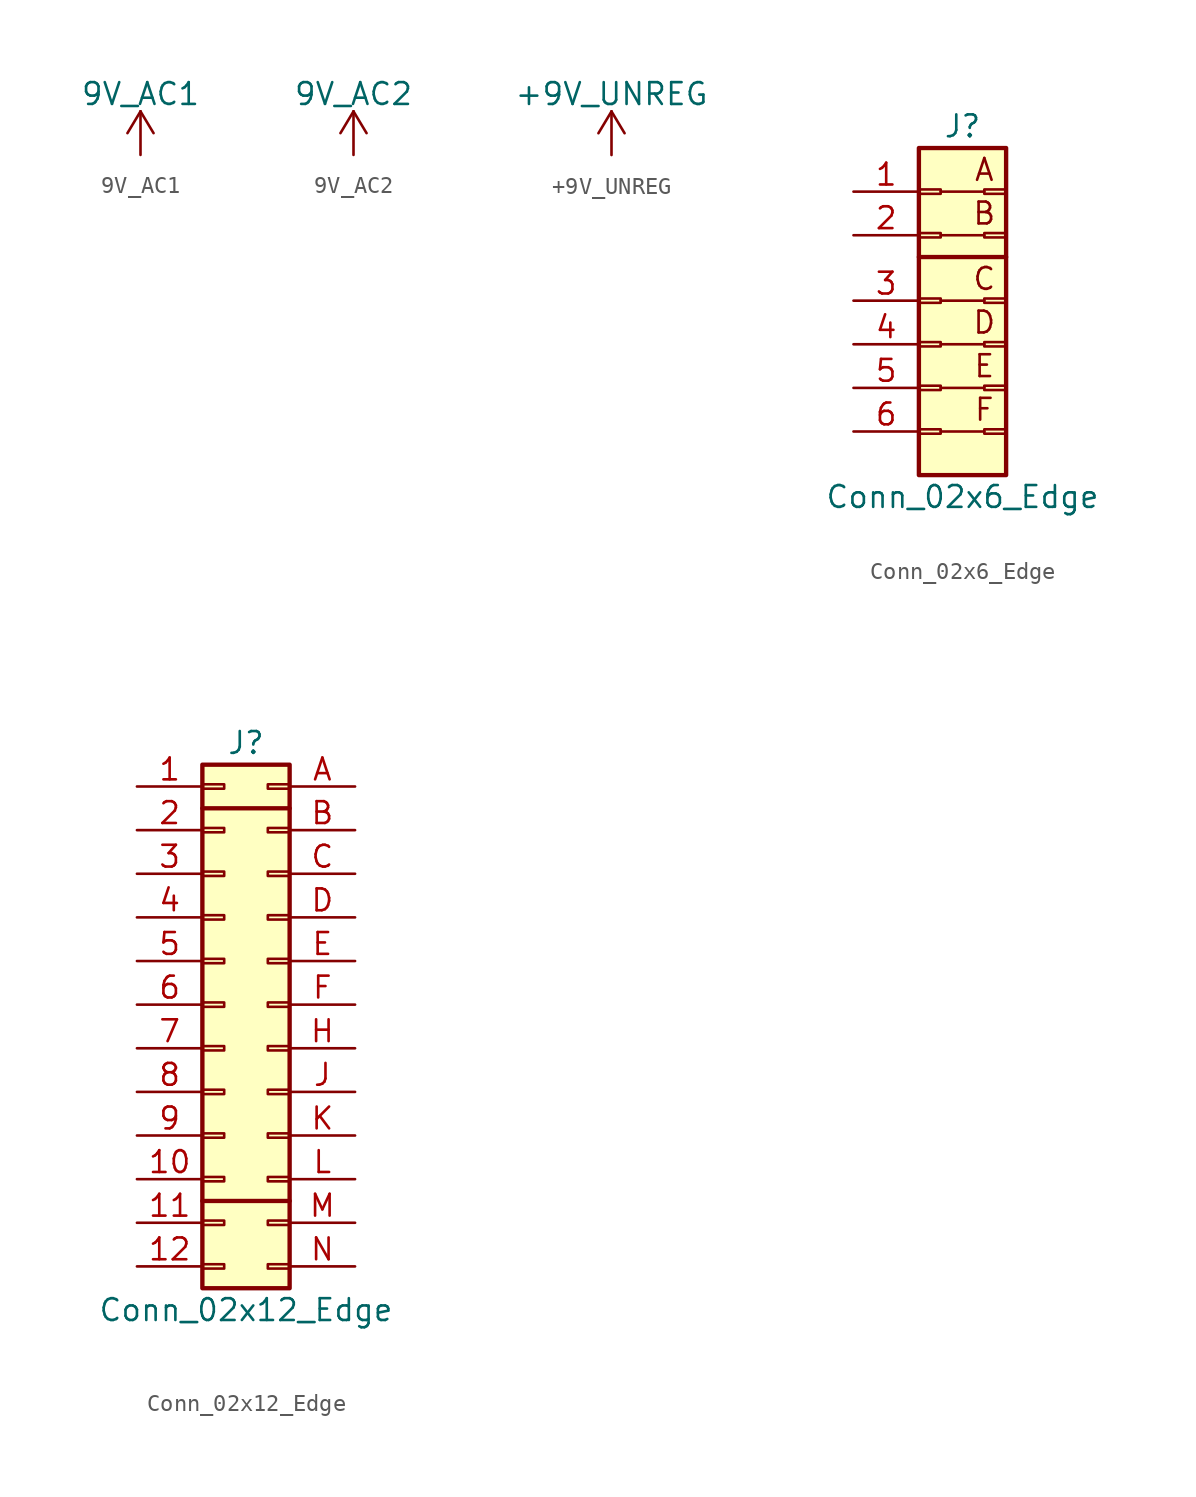
<source format=kicad_sym>
(kicad_symbol_lib
  (version 20220914)
  (generator kicad_symbol_editor)
  (symbol "9V_AC1"
    (power)
    (pin_names
      (offset 0))
    (property "Reference" "#PWR"
      (at 0 -3.81 0)
      (effects (font (size 1.27 1.27)) hide))
    (property "Value" "9V_AC1"
      (at 0 3.556 0)
      (effects (font (size 1.27 1.27))))
    (symbol "9V_AC1_0_1"
      (polyline (pts (xy -0.762 1.27) (xy 0 2.54)) (stroke (width 0) (type solid)) (fill (type none)))
      (polyline (pts (xy 0 0) (xy 0 2.54)) (stroke (width 0) (type solid)) (fill (type none)))
      (polyline (pts (xy 0 2.54) (xy 0.762 1.27)) (stroke (width 0) (type solid)) (fill (type none))))
    (symbol "9V_AC1_1_1"
      (pin power_in line (at 0 0 90) (length 0) hide (name "9V_AC1" (effects (font (size 1.27 1.27)))) (number "1" (effects (font (size 1.27 1.27)))))))
  (symbol "9V_AC2"
    (power)
    (pin_names
      (offset 0))
    (property "Reference" "#PWR"
      (at 0 -3.81 0)
      (effects (font (size 1.27 1.27)) hide))
    (property "Value" "9V_AC2"
      (at 0 3.556 0)
      (effects (font (size 1.27 1.27))))
    (symbol "9V_AC2_0_1"
      (polyline (pts (xy -0.762 1.27) (xy 0 2.54)) (stroke (width 0) (type solid)) (fill (type none)))
      (polyline (pts (xy 0 0) (xy 0 2.54)) (stroke (width 0) (type solid)) (fill (type none)))
      (polyline (pts (xy 0 2.54) (xy 0.762 1.27)) (stroke (width 0) (type solid)) (fill (type none))))
    (symbol "9V_AC2_1_1"
      (pin power_in line (at 0 0 90) (length 0) hide (name "9V_AC2" (effects (font (size 1.27 1.27)))) (number "1" (effects (font (size 1.27 1.27)))))))
  (symbol "+9V_UNREG"
    (power)
    (pin_names
      (offset 0))
    (property "Reference" "#PWR"
      (at 0 -3.81 0)
      (effects (font (size 1.27 1.27)) hide))
    (property "Value" "+9V_UNREG"
      (at 0 3.556 0)
      (effects (font (size 1.27 1.27))))
    (symbol "+9V_UNREG_0_1"
      (polyline (pts (xy -0.762 1.27) (xy 0 2.54)) (stroke (width 0) (type solid)) (fill (type none)))
      (polyline (pts (xy 0 0) (xy 0 2.54)) (stroke (width 0) (type solid)) (fill (type none)))
      (polyline (pts (xy 0 2.54) (xy 0.762 1.27)) (stroke (width 0) (type solid)) (fill (type none))))
    (symbol "+9V_UNREG_1_1"
      (pin power_in line (at 0 0 90) (length 0) hide (name "+9V_UNREG" (effects (font (size 1.27 1.27)))) (number "1" (effects (font (size 1.27 1.27)))))))
  (symbol "Conn_02x6_Edge"
    (pin_names
      (offset 1.016) hide)
    (property "Reference" "J"
      (at 0 11.43 0)
      (effects (font (size 1.27 1.27))))
    (property "Value" "Conn_02x6_Edge"
      (at 0 -10.16 0)
      (effects (font (size 1.27 1.27))))
    (symbol "Conn_02x6_Edge_0_0"
      (polyline (pts (xy -2.54 3.81) (xy 2.54 3.81)) (stroke (width 0.254) (type solid)) (fill (type none)))
      (polyline (pts (xy -1.27 -6.35) (xy 1.27 -6.35)) (stroke (width 0) (type solid)) (fill (type none)))
      (polyline (pts (xy -1.27 -3.81) (xy 1.27 -3.81)) (stroke (width 0) (type solid)) (fill (type none)))
      (polyline (pts (xy -1.27 -1.27) (xy 1.27 -1.27)) (stroke (width 0) (type solid)) (fill (type none)))
      (text "A" (at 1.27 8.89 0) (effects (font (size 1.27 1.27))))
      (text "B" (at 1.27 6.35 0) (effects (font (size 1.27 1.27))))
      (text "C" (at 1.27 2.54 0) (effects (font (size 1.27 1.27))))
      (text "D" (at 1.27 0 0) (effects (font (size 1.27 1.27))))
      (text "E" (at 1.27 -2.54 0) (effects (font (size 1.27 1.27))))
      (text "F" (at 1.27 -5.08 0) (effects (font (size 1.27 1.27)))))
    (symbol "Conn_02x6_Edge_0_1"
      (polyline (pts (xy -1.27 1.27) (xy 1.27 1.27)) (stroke (width 0) (type solid)) (fill (type none)))
      (polyline (pts (xy -1.27 5.08) (xy 1.27 5.08)) (stroke (width 0) (type solid)) (fill (type none)))
      (polyline (pts (xy -1.27 7.62) (xy 1.27 7.62)) (stroke (width 0) (type solid)) (fill (type none))))
    (symbol "Conn_02x6_Edge_1_1"
      (rectangle (start -2.54 -6.223) (end -1.27 -6.477) (stroke (width 0.152) (type solid)) (fill (type none)))
      (rectangle (start -2.54 -3.683) (end -1.27 -3.937) (stroke (width 0.152) (type solid)) (fill (type none)))
      (rectangle (start -2.54 -1.143) (end -1.27 -1.397) (stroke (width 0.152) (type solid)) (fill (type none)))
      (rectangle (start -2.54 1.397) (end -1.27 1.143) (stroke (width 0.152) (type solid)) (fill (type none)))
      (rectangle (start -2.54 5.207) (end -1.27 4.953) (stroke (width 0.152) (type solid)) (fill (type none)))
      (rectangle (start -2.54 7.747) (end -1.27 7.493) (stroke (width 0.152) (type solid)) (fill (type none)))
      (rectangle (start -2.54 10.16) (end 2.54 -8.89) (stroke (width 0.254) (type solid)) (fill (type background)))
      (rectangle (start 2.54 -6.223) (end 1.27 -6.477) (stroke (width 0.152) (type solid)) (fill (type none)))
      (rectangle (start 2.54 -3.683) (end 1.27 -3.937) (stroke (width 0.152) (type solid)) (fill (type none)))
      (rectangle (start 2.54 -1.143) (end 1.27 -1.397) (stroke (width 0.152) (type solid)) (fill (type none)))
      (rectangle (start 2.54 1.397) (end 1.27 1.143) (stroke (width 0.152) (type solid)) (fill (type none)))
      (rectangle (start 2.54 5.207) (end 1.27 4.953) (stroke (width 0.152) (type solid)) (fill (type none)))
      (rectangle (start 2.54 7.747) (end 1.27 7.493) (stroke (width 0.152) (type solid)) (fill (type none)))
      (pin passive line (at -6.35 7.62 0) (length 3.81) (name "Pin_1" (effects (font (size 1.27 1.27)))) (number "1" (effects (font (size 1.27 1.27)))))
      (pin passive line (at -6.35 5.08 0) (length 3.81) (name "Pin_2" (effects (font (size 1.27 1.27)))) (number "2" (effects (font (size 1.27 1.27)))))
      (pin passive line (at -6.35 1.27 0) (length 3.81) (name "Pin_3" (effects (font (size 1.27 1.27)))) (number "3" (effects (font (size 1.27 1.27)))))
      (pin passive line (at -6.35 -1.27 0) (length 3.81) (name "Pin_4" (effects (font (size 1.27 1.27)))) (number "4" (effects (font (size 1.27 1.27)))))
      (pin passive line (at -6.35 -3.81 0) (length 3.81) (name "Pin_5" (effects (font (size 1.27 1.27)))) (number "5" (effects (font (size 1.27 1.27)))))
      (pin passive line (at -6.35 -6.35 0) (length 3.81) (name "Pin_6" (effects (font (size 1.27 1.27)))) (number "6" (effects (font (size 1.27 1.27)))))))
  (symbol "Conn_02x12_Edge"
    (pin_names
      (offset 1.016) hide)
    (property "Reference" "J"
      (at 0 16.51 0)
      (effects (font (size 1.27 1.27))))
    (property "Value" "Conn_02x12_Edge"
      (at 0 -16.51 0)
      (effects (font (size 1.27 1.27))))
    (symbol "Conn_02x12_Edge_0_1"
      (polyline (pts (xy -2.54 -10.16) (xy 2.54 -10.16)) (stroke (width 0.254) (type solid)) (fill (type none)))
      (polyline (pts (xy -2.54 12.7) (xy 2.54 12.7)) (stroke (width 0.254) (type solid)) (fill (type none))))
    (symbol "Conn_02x12_Edge_1_1"
      (rectangle (start -2.54 -13.843) (end -1.27 -14.097) (stroke (width 0.152) (type solid)) (fill (type none)))
      (rectangle (start -2.54 -11.303) (end -1.27 -11.557) (stroke (width 0.152) (type solid)) (fill (type none)))
      (rectangle (start -2.54 -8.763) (end -1.27 -9.017) (stroke (width 0.152) (type solid)) (fill (type none)))
      (rectangle (start -2.54 -6.223) (end -1.27 -6.477) (stroke (width 0.152) (type solid)) (fill (type none)))
      (rectangle (start -2.54 -3.683) (end -1.27 -3.937) (stroke (width 0.152) (type solid)) (fill (type none)))
      (rectangle (start -2.54 -1.143) (end -1.27 -1.397) (stroke (width 0.152) (type solid)) (fill (type none)))
      (rectangle (start -2.54 1.397) (end -1.27 1.143) (stroke (width 0.152) (type solid)) (fill (type none)))
      (rectangle (start -2.54 3.937) (end -1.27 3.683) (stroke (width 0.152) (type solid)) (fill (type none)))
      (rectangle (start -2.54 6.477) (end -1.27 6.223) (stroke (width 0.152) (type solid)) (fill (type none)))
      (rectangle (start -2.54 9.017) (end -1.27 8.763) (stroke (width 0.152) (type solid)) (fill (type none)))
      (rectangle (start -2.54 11.557) (end -1.27 11.303) (stroke (width 0.152) (type solid)) (fill (type none)))
      (rectangle (start -2.54 14.097) (end -1.27 13.843) (stroke (width 0.152) (type solid)) (fill (type none)))
      (rectangle (start -2.54 15.24) (end 2.54 -15.24) (stroke (width 0.254) (type solid)) (fill (type background)))
      (rectangle (start 2.54 -13.843) (end 1.27 -14.097) (stroke (width 0.152) (type solid)) (fill (type none)))
      (rectangle (start 2.54 -11.303) (end 1.27 -11.557) (stroke (width 0.152) (type solid)) (fill (type none)))
      (rectangle (start 2.54 -8.763) (end 1.27 -9.017) (stroke (width 0.152) (type solid)) (fill (type none)))
      (rectangle (start 2.54 -6.223) (end 1.27 -6.477) (stroke (width 0.152) (type solid)) (fill (type none)))
      (rectangle (start 2.54 -3.683) (end 1.27 -3.937) (stroke (width 0.152) (type solid)) (fill (type none)))
      (rectangle (start 2.54 -1.143) (end 1.27 -1.397) (stroke (width 0.152) (type solid)) (fill (type none)))
      (rectangle (start 2.54 1.397) (end 1.27 1.143) (stroke (width 0.152) (type solid)) (fill (type none)))
      (rectangle (start 2.54 3.937) (end 1.27 3.683) (stroke (width 0.152) (type solid)) (fill (type none)))
      (rectangle (start 2.54 6.477) (end 1.27 6.223) (stroke (width 0.152) (type solid)) (fill (type none)))
      (rectangle (start 2.54 9.017) (end 1.27 8.763) (stroke (width 0.152) (type solid)) (fill (type none)))
      (rectangle (start 2.54 11.557) (end 1.27 11.303) (stroke (width 0.152) (type solid)) (fill (type none)))
      (rectangle (start 2.54 14.097) (end 1.27 13.843) (stroke (width 0.152) (type solid)) (fill (type none)))
      (pin passive line (at -6.35 13.97 0) (length 3.81) (name "Pin_1" (effects (font (size 1.27 1.27)))) (number "1" (effects (font (size 1.27 1.27)))))
      (pin passive line (at -6.35 -8.89 0) (length 3.81) (name "Pin_10" (effects (font (size 1.27 1.27)))) (number "10" (effects (font (size 1.27 1.27)))))
      (pin passive line (at -6.35 -11.43 0) (length 3.81) (name "Pin_11" (effects (font (size 1.27 1.27)))) (number "11" (effects (font (size 1.27 1.27)))))
      (pin passive line (at -6.35 -13.97 0) (length 3.81) (name "Pin_12" (effects (font (size 1.27 1.27)))) (number "12" (effects (font (size 1.27 1.27)))))
      (pin passive line (at -6.35 11.43 0) (length 3.81) (name "Pin_2" (effects (font (size 1.27 1.27)))) (number "2" (effects (font (size 1.27 1.27)))))
      (pin passive line (at -6.35 8.89 0) (length 3.81) (name "Pin_3" (effects (font (size 1.27 1.27)))) (number "3" (effects (font (size 1.27 1.27)))))
      (pin passive line (at -6.35 6.35 0) (length 3.81) (name "Pin_4" (effects (font (size 1.27 1.27)))) (number "4" (effects (font (size 1.27 1.27)))))
      (pin passive line (at -6.35 3.81 0) (length 3.81) (name "Pin_5" (effects (font (size 1.27 1.27)))) (number "5" (effects (font (size 1.27 1.27)))))
      (pin passive line (at -6.35 1.27 0) (length 3.81) (name "Pin_6" (effects (font (size 1.27 1.27)))) (number "6" (effects (font (size 1.27 1.27)))))
      (pin passive line (at -6.35 -1.27 0) (length 3.81) (name "Pin_7" (effects (font (size 1.27 1.27)))) (number "7" (effects (font (size 1.27 1.27)))))
      (pin passive line (at -6.35 -3.81 0) (length 3.81) (name "Pin_8" (effects (font (size 1.27 1.27)))) (number "8" (effects (font (size 1.27 1.27)))))
      (pin passive line (at -6.35 -6.35 0) (length 3.81) (name "Pin_9" (effects (font (size 1.27 1.27)))) (number "9" (effects (font (size 1.27 1.27)))))
      (pin passive line (at 6.35 13.97 180) (length 3.81) (name "Pin_A" (effects (font (size 1.27 1.27)))) (number "A" (effects (font (size 1.27 1.27)))))
      (pin passive line (at 6.35 11.43 180) (length 3.81) (name "Pin_B" (effects (font (size 1.27 1.27)))) (number "B" (effects (font (size 1.27 1.27)))))
      (pin passive line (at 6.35 8.89 180) (length 3.81) (name "Pin_C" (effects (font (size 1.27 1.27)))) (number "C" (effects (font (size 1.27 1.27)))))
      (pin passive line (at 6.35 6.35 180) (length 3.81) (name "Pin_D" (effects (font (size 1.27 1.27)))) (number "D" (effects (font (size 1.27 1.27)))))
      (pin passive line (at 6.35 3.81 180) (length 3.81) (name "Pin_E" (effects (font (size 1.27 1.27)))) (number "E" (effects (font (size 1.27 1.27)))))
      (pin passive line (at 6.35 1.27 180) (length 3.81) (name "Pin_F" (effects (font (size 1.27 1.27)))) (number "F" (effects (font (size 1.27 1.27)))))
      (pin passive line (at 6.35 -1.27 180) (length 3.81) (name "Pin_H" (effects (font (size 1.27 1.27)))) (number "H" (effects (font (size 1.27 1.27)))))
      (pin passive line (at 6.35 -3.81 180) (length 3.81) (name "Pin_J" (effects (font (size 1.27 1.27)))) (number "J" (effects (font (size 1.27 1.27)))))
      (pin passive line (at 6.35 -6.35 180) (length 3.81) (name "Pin_K" (effects (font (size 1.27 1.27)))) (number "K" (effects (font (size 1.27 1.27)))))
      (pin passive line (at 6.35 -8.89 180) (length 3.81) (name "Pin_L" (effects (font (size 1.27 1.27)))) (number "L" (effects (font (size 1.27 1.27)))))
      (pin passive line (at 6.35 -11.43 180) (length 3.81) (name "Pin_M" (effects (font (size 1.27 1.27)))) (number "M" (effects (font (size 1.27 1.27)))))
      (pin passive line (at 6.35 -13.97 180) (length 3.81) (name "Pin_N" (effects (font (size 1.27 1.27)))) (number "N" (effects (font (size 1.27 1.27))))))))
</source>
